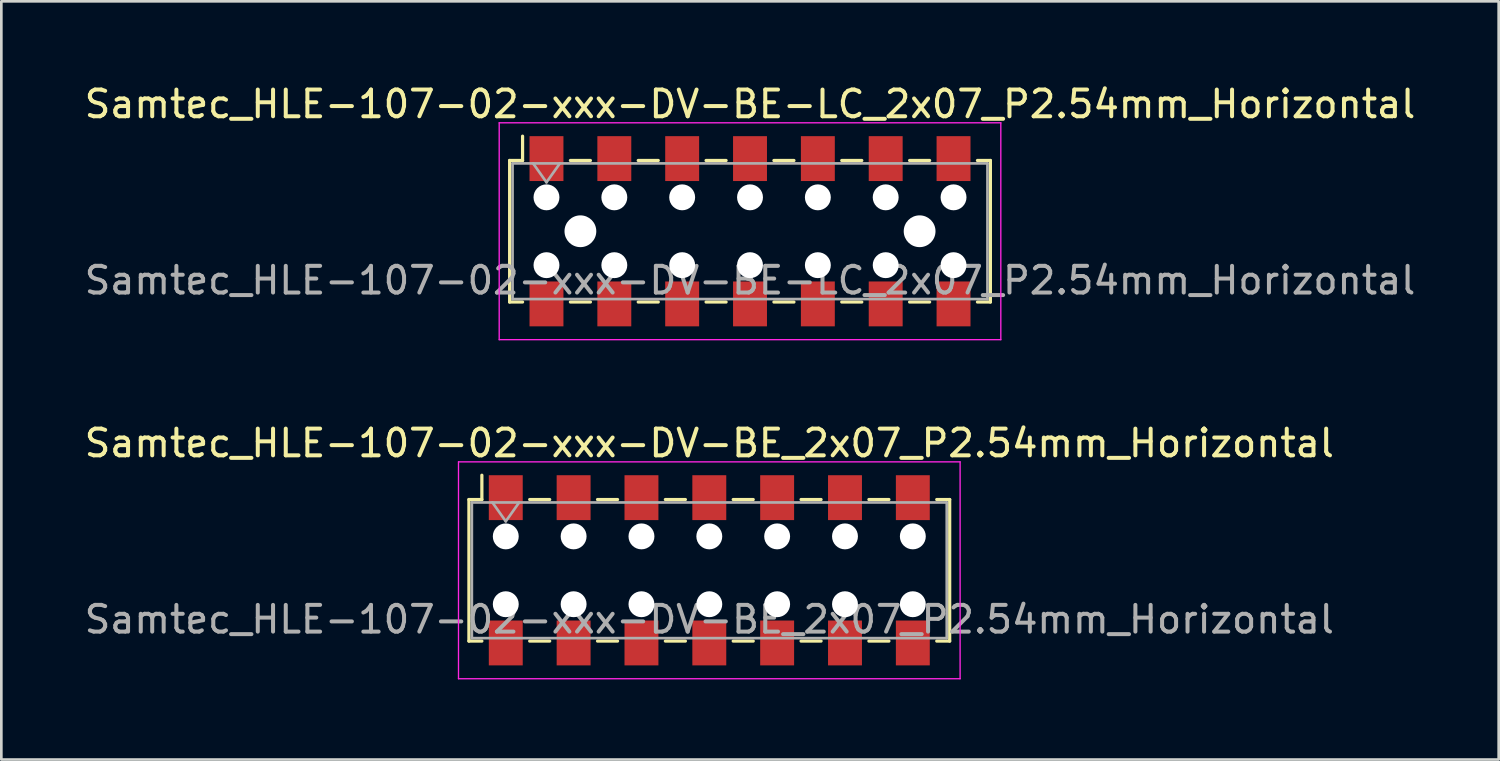
<source format=kicad_pcb>
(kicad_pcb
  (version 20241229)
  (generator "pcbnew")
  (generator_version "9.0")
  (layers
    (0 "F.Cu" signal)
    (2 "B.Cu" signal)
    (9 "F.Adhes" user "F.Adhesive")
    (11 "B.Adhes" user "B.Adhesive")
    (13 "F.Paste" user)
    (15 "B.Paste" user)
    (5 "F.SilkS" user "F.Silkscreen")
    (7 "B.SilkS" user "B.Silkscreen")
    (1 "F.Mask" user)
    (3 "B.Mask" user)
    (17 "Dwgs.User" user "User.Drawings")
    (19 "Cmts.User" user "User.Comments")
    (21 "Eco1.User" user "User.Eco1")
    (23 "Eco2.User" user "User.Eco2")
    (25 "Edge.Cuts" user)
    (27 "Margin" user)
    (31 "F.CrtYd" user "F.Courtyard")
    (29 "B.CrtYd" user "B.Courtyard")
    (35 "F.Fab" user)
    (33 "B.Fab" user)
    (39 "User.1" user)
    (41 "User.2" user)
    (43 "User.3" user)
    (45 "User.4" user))
  (footprint "Samtec_HLE-107-02-xxx-DV-BE-LC_2x07_P2.54mm_Horizontal"
    (layer "F.Cu")
    (at 25.03 5.608)
    (property "Reference" "Samtec_HLE-107-02-xxx-DV-BE-LC_2x07_P2.54mm_Horizontal" (at 0 -4.76 0) (layer "F.SilkS") (effects (font (size 1 1) (thickness 0.15))))
    (attr smd)
    (fp_line (start -9 -2.65) (end -9 2.65) (stroke (width 0.12) (type solid)) (layer "F.SilkS"))
    (fp_line (start -9 2.65) (end -8.515 2.65) (stroke (width 0.12) (type solid)) (layer "F.SilkS"))
    (fp_line (start -8.515 -3.56) (end -8.515 -2.65) (stroke (width 0.12) (type solid)) (layer "F.SilkS"))
    (fp_line (start -8.515 -2.65) (end -9 -2.65) (stroke (width 0.12) (type solid)) (layer "F.SilkS"))
    (fp_line (start -6.725 -2.65) (end -5.975 -2.65) (stroke (width 0.12) (type solid)) (layer "F.SilkS"))
    (fp_line (start -6.725 2.65) (end -5.975 2.65) (stroke (width 0.12) (type solid)) (layer "F.SilkS"))
    (fp_line (start -4.185 -2.65) (end -3.435 -2.65) (stroke (width 0.12) (type solid)) (layer "F.SilkS"))
    (fp_line (start -4.185 2.65) (end -3.435 2.65) (stroke (width 0.12) (type solid)) (layer "F.SilkS"))
    (fp_line (start -1.645 -2.65) (end -0.895 -2.65) (stroke (width 0.12) (type solid)) (layer "F.SilkS"))
    (fp_line (start -1.645 2.65) (end -0.895 2.65) (stroke (width 0.12) (type solid)) (layer "F.SilkS"))
    (fp_line (start 0.895 -2.65) (end 1.645 -2.65) (stroke (width 0.12) (type solid)) (layer "F.SilkS"))
    (fp_line (start 0.895 2.65) (end 1.645 2.65) (stroke (width 0.12) (type solid)) (layer "F.SilkS"))
    (fp_line (start 3.435 -2.65) (end 4.185 -2.65) (stroke (width 0.12) (type solid)) (layer "F.SilkS"))
    (fp_line (start 3.435 2.65) (end 4.185 2.65) (stroke (width 0.12) (type solid)) (layer "F.SilkS"))
    (fp_line (start 5.975 -2.65) (end 6.725 -2.65) (stroke (width 0.12) (type solid)) (layer "F.SilkS"))
    (fp_line (start 5.975 2.65) (end 6.725 2.65) (stroke (width 0.12) (type solid)) (layer "F.SilkS"))
    (fp_line (start 8.515 -2.65) (end 9 -2.65) (stroke (width 0.12) (type solid)) (layer "F.SilkS"))
    (fp_line (start 9 -2.65) (end 9 2.65) (stroke (width 0.12) (type solid)) (layer "F.SilkS"))
    (fp_line (start 9 2.65) (end 8.515 2.65) (stroke (width 0.12) (type solid)) (layer "F.SilkS"))
    (fp_line (start -9.39 -4.06) (end 9.39 -4.06) (stroke (width 0.05) (type solid)) (layer "F.CrtYd"))
    (fp_line (start -9.39 4.06) (end -9.39 -4.06) (stroke (width 0.05) (type solid)) (layer "F.CrtYd"))
    (fp_line (start 9.39 -4.06) (end 9.39 4.06) (stroke (width 0.05) (type solid)) (layer "F.CrtYd"))
    (fp_line (start 9.39 4.06) (end -9.39 4.06) (stroke (width 0.05) (type solid)) (layer "F.CrtYd"))
    (fp_line (start -8.89 -2.54) (end 8.89 -2.54) (stroke (width 0.1) (type solid)) (layer "F.Fab"))
    (fp_line (start -8.89 2.54) (end -8.89 -2.54) (stroke (width 0.1) (type solid)) (layer "F.Fab"))
    (fp_line (start -8.12 -2.54) (end -7.62 -1.833) (stroke (width 0.1) (type solid)) (layer "F.Fab"))
    (fp_line (start -7.62 -1.833) (end -7.12 -2.54) (stroke (width 0.1) (type solid)) (layer "F.Fab"))
    (fp_line (start 8.89 -2.54) (end 8.89 2.54) (stroke (width 0.1) (type solid)) (layer "F.Fab"))
    (fp_line (start 8.89 2.54) (end -8.89 2.54) (stroke (width 0.1) (type solid)) (layer "F.Fab"))
    (fp_text user "${REFERENCE}" (at 0 1.84 0) (layer "F.Fab") (effects (font (size 1 1) (thickness 0.15))))
    (pad "" np_thru_hole circle (at -7.62 -1.27) (size 0.97 0.97) (drill 0.97) (layers "*.Cu" "*.Mask"))
    (pad "" np_thru_hole circle (at -7.62 1.27) (size 0.97 0.97) (drill 0.97) (layers "*.Cu" "*.Mask"))
    (pad "" np_thru_hole circle (at -6.35 0) (size 1.19 1.19) (drill 1.19) (layers "*.Cu" "*.Mask"))
    (pad "" np_thru_hole circle (at -5.08 -1.27) (size 0.97 0.97) (drill 0.97) (layers "*.Cu" "*.Mask"))
    (pad "" np_thru_hole circle (at -5.08 1.27) (size 0.97 0.97) (drill 0.97) (layers "*.Cu" "*.Mask"))
    (pad "" np_thru_hole circle (at -2.54 -1.27) (size 0.97 0.97) (drill 0.97) (layers "*.Cu" "*.Mask"))
    (pad "" np_thru_hole circle (at -2.54 1.27) (size 0.97 0.97) (drill 0.97) (layers "*.Cu" "*.Mask"))
    (pad "" np_thru_hole circle (at 0 -1.27) (size 0.97 0.97) (drill 0.97) (layers "*.Cu" "*.Mask"))
    (pad "" np_thru_hole circle (at 0 1.27) (size 0.97 0.97) (drill 0.97) (layers "*.Cu" "*.Mask"))
    (pad "" np_thru_hole circle (at 2.54 -1.27) (size 0.97 0.97) (drill 0.97) (layers "*.Cu" "*.Mask"))
    (pad "" np_thru_hole circle (at 2.54 1.27) (size 0.97 0.97) (drill 0.97) (layers "*.Cu" "*.Mask"))
    (pad "" np_thru_hole circle (at 5.08 -1.27) (size 0.97 0.97) (drill 0.97) (layers "*.Cu" "*.Mask"))
    (pad "" np_thru_hole circle (at 5.08 1.27) (size 0.97 0.97) (drill 0.97) (layers "*.Cu" "*.Mask"))
    (pad "" np_thru_hole circle (at 6.35 0) (size 1.19 1.19) (drill 1.19) (layers "*.Cu" "*.Mask"))
    (pad "" np_thru_hole circle (at 7.62 -1.27) (size 0.97 0.97) (drill 0.97) (layers "*.Cu" "*.Mask"))
    (pad "" np_thru_hole circle (at 7.62 1.27) (size 0.97 0.97) (drill 0.97) (layers "*.Cu" "*.Mask"))
    (pad "1" smd rect (at -7.62 -2.72) (size 1.27 1.68) (layers "F.Cu" "F.Mask" "F.Paste"))
    (pad "2" smd rect (at -7.62 2.72) (size 1.27 1.68) (layers "F.Cu" "F.Mask" "F.Paste"))
    (pad "3" smd rect (at -5.08 -2.72) (size 1.27 1.68) (layers "F.Cu" "F.Mask" "F.Paste"))
    (pad "4" smd rect (at -5.08 2.72) (size 1.27 1.68) (layers "F.Cu" "F.Mask" "F.Paste"))
    (pad "5" smd rect (at -2.54 -2.72) (size 1.27 1.68) (layers "F.Cu" "F.Mask" "F.Paste"))
    (pad "6" smd rect (at -2.54 2.72) (size 1.27 1.68) (layers "F.Cu" "F.Mask" "F.Paste"))
    (pad "7" smd rect (at 0 -2.72) (size 1.27 1.68) (layers "F.Cu" "F.Mask" "F.Paste"))
    (pad "8" smd rect (at 0 2.72) (size 1.27 1.68) (layers "F.Cu" "F.Mask" "F.Paste"))
    (pad "9" smd rect (at 2.54 -2.72) (size 1.27 1.68) (layers "F.Cu" "F.Mask" "F.Paste"))
    (pad "10" smd rect (at 2.54 2.72) (size 1.27 1.68) (layers "F.Cu" "F.Mask" "F.Paste"))
    (pad "11" smd rect (at 5.08 -2.72) (size 1.27 1.68) (layers "F.Cu" "F.Mask" "F.Paste"))
    (pad "12" smd rect (at 5.08 2.72) (size 1.27 1.68) (layers "F.Cu" "F.Mask" "F.Paste"))
    (pad "13" smd rect (at 7.62 -2.72) (size 1.27 1.68) (layers "F.Cu" "F.Mask" "F.Paste"))
    (pad "14" smd rect (at 7.62 2.72) (size 1.27 1.68) (layers "F.Cu" "F.Mask" "F.Paste")))
  (footprint "Samtec_HLE-107-02-xxx-DV-BE_2x07_P2.54mm_Horizontal"
    (layer "F.Cu")
    (at 23.506 18.302)
    (property "Reference" "Samtec_HLE-107-02-xxx-DV-BE_2x07_P2.54mm_Horizontal" (at 0 -4.76 0) (layer "F.SilkS") (effects (font (size 1 1) (thickness 0.15))))
    (attr smd)
    (fp_line (start -9 -2.65) (end -9 2.65) (stroke (width 0.12) (type solid)) (layer "F.SilkS"))
    (fp_line (start -9 2.65) (end -8.515 2.65) (stroke (width 0.12) (type solid)) (layer "F.SilkS"))
    (fp_line (start -8.515 -3.56) (end -8.515 -2.65) (stroke (width 0.12) (type solid)) (layer "F.SilkS"))
    (fp_line (start -8.515 -2.65) (end -9 -2.65) (stroke (width 0.12) (type solid)) (layer "F.SilkS"))
    (fp_line (start -6.725 -2.65) (end -5.975 -2.65) (stroke (width 0.12) (type solid)) (layer "F.SilkS"))
    (fp_line (start -6.725 2.65) (end -5.975 2.65) (stroke (width 0.12) (type solid)) (layer "F.SilkS"))
    (fp_line (start -4.185 -2.65) (end -3.435 -2.65) (stroke (width 0.12) (type solid)) (layer "F.SilkS"))
    (fp_line (start -4.185 2.65) (end -3.435 2.65) (stroke (width 0.12) (type solid)) (layer "F.SilkS"))
    (fp_line (start -1.645 -2.65) (end -0.895 -2.65) (stroke (width 0.12) (type solid)) (layer "F.SilkS"))
    (fp_line (start -1.645 2.65) (end -0.895 2.65) (stroke (width 0.12) (type solid)) (layer "F.SilkS"))
    (fp_line (start 0.895 -2.65) (end 1.645 -2.65) (stroke (width 0.12) (type solid)) (layer "F.SilkS"))
    (fp_line (start 0.895 2.65) (end 1.645 2.65) (stroke (width 0.12) (type solid)) (layer "F.SilkS"))
    (fp_line (start 3.435 -2.65) (end 4.185 -2.65) (stroke (width 0.12) (type solid)) (layer "F.SilkS"))
    (fp_line (start 3.435 2.65) (end 4.185 2.65) (stroke (width 0.12) (type solid)) (layer "F.SilkS"))
    (fp_line (start 5.975 -2.65) (end 6.725 -2.65) (stroke (width 0.12) (type solid)) (layer "F.SilkS"))
    (fp_line (start 5.975 2.65) (end 6.725 2.65) (stroke (width 0.12) (type solid)) (layer "F.SilkS"))
    (fp_line (start 8.515 -2.65) (end 9 -2.65) (stroke (width 0.12) (type solid)) (layer "F.SilkS"))
    (fp_line (start 9 -2.65) (end 9 2.65) (stroke (width 0.12) (type solid)) (layer "F.SilkS"))
    (fp_line (start 9 2.65) (end 8.515 2.65) (stroke (width 0.12) (type solid)) (layer "F.SilkS"))
    (fp_line (start -9.39 -4.06) (end 9.39 -4.06) (stroke (width 0.05) (type solid)) (layer "F.CrtYd"))
    (fp_line (start -9.39 4.06) (end -9.39 -4.06) (stroke (width 0.05) (type solid)) (layer "F.CrtYd"))
    (fp_line (start 9.39 -4.06) (end 9.39 4.06) (stroke (width 0.05) (type solid)) (layer "F.CrtYd"))
    (fp_line (start 9.39 4.06) (end -9.39 4.06) (stroke (width 0.05) (type solid)) (layer "F.CrtYd"))
    (fp_line (start -8.89 -2.54) (end 8.89 -2.54) (stroke (width 0.1) (type solid)) (layer "F.Fab"))
    (fp_line (start -8.89 2.54) (end -8.89 -2.54) (stroke (width 0.1) (type solid)) (layer "F.Fab"))
    (fp_line (start -8.12 -2.54) (end -7.62 -1.833) (stroke (width 0.1) (type solid)) (layer "F.Fab"))
    (fp_line (start -7.62 -1.833) (end -7.12 -2.54) (stroke (width 0.1) (type solid)) (layer "F.Fab"))
    (fp_line (start 8.89 -2.54) (end 8.89 2.54) (stroke (width 0.1) (type solid)) (layer "F.Fab"))
    (fp_line (start 8.89 2.54) (end -8.89 2.54) (stroke (width 0.1) (type solid)) (layer "F.Fab"))
    (fp_text user "${REFERENCE}" (at 0 1.84 0) (layer "F.Fab") (effects (font (size 1 1) (thickness 0.15))))
    (pad "" np_thru_hole circle (at -7.62 -1.27) (size 0.97 0.97) (drill 0.97) (layers "*.Cu" "*.Mask"))
    (pad "" np_thru_hole circle (at -7.62 1.27) (size 0.97 0.97) (drill 0.97) (layers "*.Cu" "*.Mask"))
    (pad "" np_thru_hole circle (at -5.08 -1.27) (size 0.97 0.97) (drill 0.97) (layers "*.Cu" "*.Mask"))
    (pad "" np_thru_hole circle (at -5.08 1.27) (size 0.97 0.97) (drill 0.97) (layers "*.Cu" "*.Mask"))
    (pad "" np_thru_hole circle (at -2.54 -1.27) (size 0.97 0.97) (drill 0.97) (layers "*.Cu" "*.Mask"))
    (pad "" np_thru_hole circle (at -2.54 1.27) (size 0.97 0.97) (drill 0.97) (layers "*.Cu" "*.Mask"))
    (pad "" np_thru_hole circle (at 0 -1.27) (size 0.97 0.97) (drill 0.97) (layers "*.Cu" "*.Mask"))
    (pad "" np_thru_hole circle (at 0 1.27) (size 0.97 0.97) (drill 0.97) (layers "*.Cu" "*.Mask"))
    (pad "" np_thru_hole circle (at 2.54 -1.27) (size 0.97 0.97) (drill 0.97) (layers "*.Cu" "*.Mask"))
    (pad "" np_thru_hole circle (at 2.54 1.27) (size 0.97 0.97) (drill 0.97) (layers "*.Cu" "*.Mask"))
    (pad "" np_thru_hole circle (at 5.08 -1.27) (size 0.97 0.97) (drill 0.97) (layers "*.Cu" "*.Mask"))
    (pad "" np_thru_hole circle (at 5.08 1.27) (size 0.97 0.97) (drill 0.97) (layers "*.Cu" "*.Mask"))
    (pad "" np_thru_hole circle (at 7.62 -1.27) (size 0.97 0.97) (drill 0.97) (layers "*.Cu" "*.Mask"))
    (pad "" np_thru_hole circle (at 7.62 1.27) (size 0.97 0.97) (drill 0.97) (layers "*.Cu" "*.Mask"))
    (pad "1" smd rect (at -7.62 -2.72) (size 1.27 1.68) (layers "F.Cu" "F.Mask" "F.Paste"))
    (pad "2" smd rect (at -7.62 2.72) (size 1.27 1.68) (layers "F.Cu" "F.Mask" "F.Paste"))
    (pad "3" smd rect (at -5.08 -2.72) (size 1.27 1.68) (layers "F.Cu" "F.Mask" "F.Paste"))
    (pad "4" smd rect (at -5.08 2.72) (size 1.27 1.68) (layers "F.Cu" "F.Mask" "F.Paste"))
    (pad "5" smd rect (at -2.54 -2.72) (size 1.27 1.68) (layers "F.Cu" "F.Mask" "F.Paste"))
    (pad "6" smd rect (at -2.54 2.72) (size 1.27 1.68) (layers "F.Cu" "F.Mask" "F.Paste"))
    (pad "7" smd rect (at 0 -2.72) (size 1.27 1.68) (layers "F.Cu" "F.Mask" "F.Paste"))
    (pad "8" smd rect (at 0 2.72) (size 1.27 1.68) (layers "F.Cu" "F.Mask" "F.Paste"))
    (pad "9" smd rect (at 2.54 -2.72) (size 1.27 1.68) (layers "F.Cu" "F.Mask" "F.Paste"))
    (pad "10" smd rect (at 2.54 2.72) (size 1.27 1.68) (layers "F.Cu" "F.Mask" "F.Paste"))
    (pad "11" smd rect (at 5.08 -2.72) (size 1.27 1.68) (layers "F.Cu" "F.Mask" "F.Paste"))
    (pad "12" smd rect (at 5.08 2.72) (size 1.27 1.68) (layers "F.Cu" "F.Mask" "F.Paste"))
    (pad "13" smd rect (at 7.62 -2.72) (size 1.27 1.68) (layers "F.Cu" "F.Mask" "F.Paste"))
    (pad "14" smd rect (at 7.62 2.72) (size 1.27 1.68) (layers "F.Cu" "F.Mask" "F.Paste")))
  (gr_rect
    (start -3 -3)
    (end 53.06 25.387)
    (stroke (width 0.1) (type default))
    (fill no)
    (layer "Edge.Cuts")))
</source>
